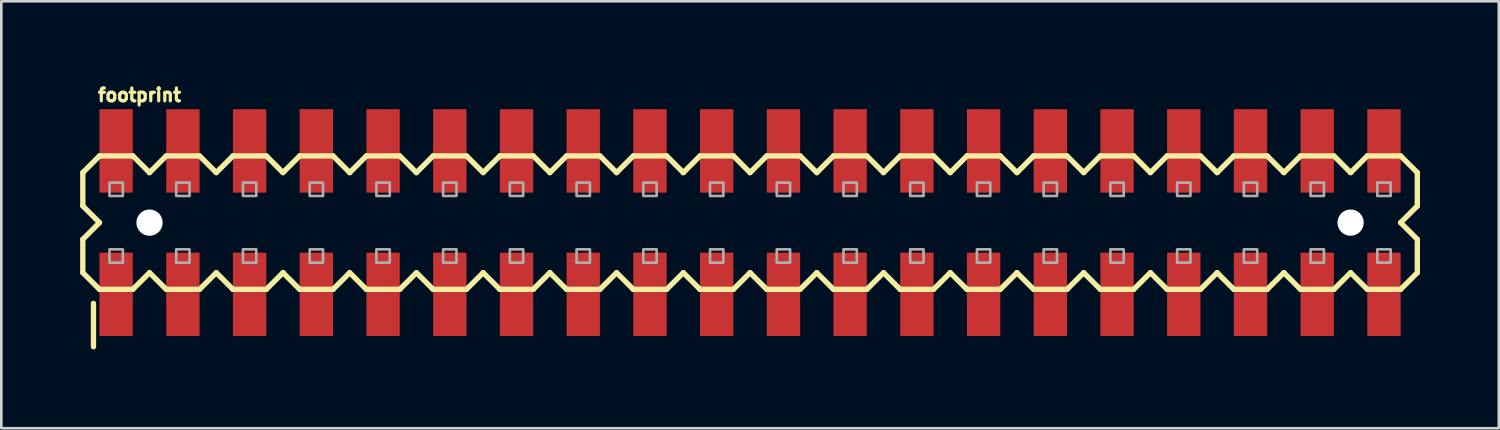
<source format=kicad_pcb>
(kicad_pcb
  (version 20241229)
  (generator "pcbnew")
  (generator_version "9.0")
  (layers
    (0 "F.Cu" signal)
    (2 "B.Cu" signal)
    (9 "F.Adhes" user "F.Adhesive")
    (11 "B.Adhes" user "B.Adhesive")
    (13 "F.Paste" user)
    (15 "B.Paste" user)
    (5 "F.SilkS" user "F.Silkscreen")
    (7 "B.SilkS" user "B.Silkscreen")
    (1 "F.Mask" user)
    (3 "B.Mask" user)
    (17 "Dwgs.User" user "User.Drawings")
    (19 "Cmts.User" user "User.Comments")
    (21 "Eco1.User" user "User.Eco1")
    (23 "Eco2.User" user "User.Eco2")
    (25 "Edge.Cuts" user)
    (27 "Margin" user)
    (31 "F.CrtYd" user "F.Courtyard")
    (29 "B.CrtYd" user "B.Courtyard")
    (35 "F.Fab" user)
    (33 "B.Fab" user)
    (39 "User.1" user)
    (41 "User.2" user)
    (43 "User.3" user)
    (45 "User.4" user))
  (footprint "footprint"
    (layer "F.Cu")
    (at 1.372 6.695)
    (property "Reference" "footprint" (at -0.762 -5.842 0) (layer "F.SilkS") (effects (font (size 0.488 0.488) (thickness 0.122)) (justify left bottom)))
    (fp_line (start -1.27 -3.175) (end -1.27 -1.905) (stroke (width 0.203) (type solid)) (layer "F.SilkS"))
    (fp_line (start -1.27 -3.175) (end -0.635 -3.81) (stroke (width 0.203) (type solid)) (layer "F.SilkS"))
    (fp_line (start -1.27 -1.905) (end -0.635 -1.27) (stroke (width 0.203) (type solid)) (layer "F.SilkS"))
    (fp_line (start -1.27 -0.635) (end -1.27 0.635) (stroke (width 0.203) (type solid)) (layer "F.SilkS"))
    (fp_line (start -1.27 0.635) (end -0.635 1.27) (stroke (width 0.203) (type solid)) (layer "F.SilkS"))
    (fp_line (start -0.864 3.454) (end -0.864 1.803) (stroke (width 0.203) (type solid)) (layer "F.SilkS"))
    (fp_line (start -0.635 -3.81) (end 0.635 -3.81) (stroke (width 0.203) (type solid)) (layer "F.SilkS"))
    (fp_line (start -0.635 -1.27) (end -1.27 -0.635) (stroke (width 0.203) (type solid)) (layer "F.SilkS"))
    (fp_line (start 0.635 -3.81) (end 1.27 -3.175) (stroke (width 0.203) (type solid)) (layer "F.SilkS"))
    (fp_line (start 0.635 1.27) (end -0.635 1.27) (stroke (width 0.203) (type solid)) (layer "F.SilkS"))
    (fp_line (start 1.27 -3.175) (end 1.905 -3.81) (stroke (width 0.203) (type solid)) (layer "F.SilkS"))
    (fp_line (start 1.27 0.635) (end 0.635 1.27) (stroke (width 0.203) (type solid)) (layer "F.SilkS"))
    (fp_line (start 1.905 -3.81) (end 3.175 -3.81) (stroke (width 0.203) (type solid)) (layer "F.SilkS"))
    (fp_line (start 1.905 1.27) (end 1.27 0.635) (stroke (width 0.203) (type solid)) (layer "F.SilkS"))
    (fp_line (start 3.175 -3.81) (end 3.81 -3.175) (stroke (width 0.203) (type solid)) (layer "F.SilkS"))
    (fp_line (start 3.175 1.27) (end 1.905 1.27) (stroke (width 0.203) (type solid)) (layer "F.SilkS"))
    (fp_line (start 3.81 -3.175) (end 4.445 -3.81) (stroke (width 0.203) (type solid)) (layer "F.SilkS"))
    (fp_line (start 3.81 0.635) (end 3.175 1.27) (stroke (width 0.203) (type solid)) (layer "F.SilkS"))
    (fp_line (start 4.445 -3.81) (end 5.715 -3.81) (stroke (width 0.203) (type solid)) (layer "F.SilkS"))
    (fp_line (start 4.445 1.27) (end 3.81 0.635) (stroke (width 0.203) (type solid)) (layer "F.SilkS"))
    (fp_line (start 5.715 -3.81) (end 6.35 -3.175) (stroke (width 0.203) (type solid)) (layer "F.SilkS"))
    (fp_line (start 5.715 1.27) (end 4.445 1.27) (stroke (width 0.203) (type solid)) (layer "F.SilkS"))
    (fp_line (start 6.35 0.635) (end 5.715 1.27) (stroke (width 0.203) (type solid)) (layer "F.SilkS"))
    (fp_line (start 6.35 0.635) (end 6.985 1.27) (stroke (width 0.203) (type solid)) (layer "F.SilkS"))
    (fp_line (start 6.985 -3.81) (end 6.35 -3.175) (stroke (width 0.203) (type solid)) (layer "F.SilkS"))
    (fp_line (start 6.985 -3.81) (end 8.255 -3.81) (stroke (width 0.203) (type solid)) (layer "F.SilkS"))
    (fp_line (start 8.255 -3.81) (end 8.89 -3.175) (stroke (width 0.203) (type solid)) (layer "F.SilkS"))
    (fp_line (start 8.255 1.27) (end 6.985 1.27) (stroke (width 0.203) (type solid)) (layer "F.SilkS"))
    (fp_line (start 8.89 -3.175) (end 9.525 -3.81) (stroke (width 0.203) (type solid)) (layer "F.SilkS"))
    (fp_line (start 8.89 0.635) (end 8.255 1.27) (stroke (width 0.203) (type solid)) (layer "F.SilkS"))
    (fp_line (start 9.525 -3.81) (end 10.795 -3.81) (stroke (width 0.203) (type solid)) (layer "F.SilkS"))
    (fp_line (start 9.525 1.27) (end 8.89 0.635) (stroke (width 0.203) (type solid)) (layer "F.SilkS"))
    (fp_line (start 10.795 -3.81) (end 11.43 -3.175) (stroke (width 0.203) (type solid)) (layer "F.SilkS"))
    (fp_line (start 10.795 1.27) (end 9.525 1.27) (stroke (width 0.203) (type solid)) (layer "F.SilkS"))
    (fp_line (start 11.43 -3.175) (end 12.065 -3.81) (stroke (width 0.203) (type solid)) (layer "F.SilkS"))
    (fp_line (start 11.43 0.635) (end 10.795 1.27) (stroke (width 0.203) (type solid)) (layer "F.SilkS"))
    (fp_line (start 12.065 -3.81) (end 13.335 -3.81) (stroke (width 0.203) (type solid)) (layer "F.SilkS"))
    (fp_line (start 12.065 1.27) (end 11.43 0.635) (stroke (width 0.203) (type solid)) (layer "F.SilkS"))
    (fp_line (start 13.335 -3.81) (end 13.97 -3.175) (stroke (width 0.203) (type solid)) (layer "F.SilkS"))
    (fp_line (start 13.335 1.27) (end 12.065 1.27) (stroke (width 0.203) (type solid)) (layer "F.SilkS"))
    (fp_line (start 13.97 0.635) (end 13.335 1.27) (stroke (width 0.203) (type solid)) (layer "F.SilkS"))
    (fp_line (start 13.97 0.635) (end 14.605 1.27) (stroke (width 0.203) (type solid)) (layer "F.SilkS"))
    (fp_line (start 14.605 -3.81) (end 13.97 -3.175) (stroke (width 0.203) (type solid)) (layer "F.SilkS"))
    (fp_line (start 14.605 -3.81) (end 15.875 -3.81) (stroke (width 0.203) (type solid)) (layer "F.SilkS"))
    (fp_line (start 15.875 -3.81) (end 16.51 -3.175) (stroke (width 0.203) (type solid)) (layer "F.SilkS"))
    (fp_line (start 15.875 1.27) (end 14.605 1.27) (stroke (width 0.203) (type solid)) (layer "F.SilkS"))
    (fp_line (start 16.51 0.635) (end 15.875 1.27) (stroke (width 0.203) (type solid)) (layer "F.SilkS"))
    (fp_line (start 16.51 0.635) (end 17.145 1.27) (stroke (width 0.203) (type solid)) (layer "F.SilkS"))
    (fp_line (start 17.145 -3.81) (end 16.51 -3.175) (stroke (width 0.203) (type solid)) (layer "F.SilkS"))
    (fp_line (start 17.145 -3.81) (end 18.415 -3.81) (stroke (width 0.203) (type solid)) (layer "F.SilkS"))
    (fp_line (start 18.415 -3.81) (end 19.05 -3.175) (stroke (width 0.203) (type solid)) (layer "F.SilkS"))
    (fp_line (start 18.415 1.27) (end 17.145 1.27) (stroke (width 0.203) (type solid)) (layer "F.SilkS"))
    (fp_line (start 19.05 -3.175) (end 19.685 -3.81) (stroke (width 0.203) (type solid)) (layer "F.SilkS"))
    (fp_line (start 19.05 0.635) (end 18.415 1.27) (stroke (width 0.203) (type solid)) (layer "F.SilkS"))
    (fp_line (start 19.685 -3.81) (end 20.955 -3.81) (stroke (width 0.203) (type solid)) (layer "F.SilkS"))
    (fp_line (start 19.685 1.27) (end 19.05 0.635) (stroke (width 0.203) (type solid)) (layer "F.SilkS"))
    (fp_line (start 20.955 -3.81) (end 21.59 -3.175) (stroke (width 0.203) (type solid)) (layer "F.SilkS"))
    (fp_line (start 20.955 1.27) (end 19.685 1.27) (stroke (width 0.203) (type solid)) (layer "F.SilkS"))
    (fp_line (start 21.59 -3.175) (end 22.225 -3.81) (stroke (width 0.203) (type solid)) (layer "F.SilkS"))
    (fp_line (start 21.59 0.635) (end 20.955 1.27) (stroke (width 0.203) (type solid)) (layer "F.SilkS"))
    (fp_line (start 22.225 -3.81) (end 23.495 -3.81) (stroke (width 0.203) (type solid)) (layer "F.SilkS"))
    (fp_line (start 22.225 1.27) (end 21.59 0.635) (stroke (width 0.203) (type solid)) (layer "F.SilkS"))
    (fp_line (start 23.495 -3.81) (end 24.13 -3.175) (stroke (width 0.203) (type solid)) (layer "F.SilkS"))
    (fp_line (start 23.495 1.27) (end 22.225 1.27) (stroke (width 0.203) (type solid)) (layer "F.SilkS"))
    (fp_line (start 24.13 0.635) (end 23.495 1.27) (stroke (width 0.203) (type solid)) (layer "F.SilkS"))
    (fp_line (start 24.13 0.635) (end 24.765 1.27) (stroke (width 0.203) (type solid)) (layer "F.SilkS"))
    (fp_line (start 24.765 -3.81) (end 24.13 -3.175) (stroke (width 0.203) (type solid)) (layer "F.SilkS"))
    (fp_line (start 24.765 -3.81) (end 26.035 -3.81) (stroke (width 0.203) (type solid)) (layer "F.SilkS"))
    (fp_line (start 26.035 -3.81) (end 26.67 -3.175) (stroke (width 0.203) (type solid)) (layer "F.SilkS"))
    (fp_line (start 26.035 1.27) (end 24.765 1.27) (stroke (width 0.203) (type solid)) (layer "F.SilkS"))
    (fp_line (start 26.67 -3.175) (end 27.305 -3.81) (stroke (width 0.203) (type solid)) (layer "F.SilkS"))
    (fp_line (start 26.67 0.635) (end 26.035 1.27) (stroke (width 0.203) (type solid)) (layer "F.SilkS"))
    (fp_line (start 27.305 -3.81) (end 28.575 -3.81) (stroke (width 0.203) (type solid)) (layer "F.SilkS"))
    (fp_line (start 27.305 1.27) (end 26.67 0.635) (stroke (width 0.203) (type solid)) (layer "F.SilkS"))
    (fp_line (start 28.575 -3.81) (end 29.21 -3.175) (stroke (width 0.203) (type solid)) (layer "F.SilkS"))
    (fp_line (start 28.575 1.27) (end 27.305 1.27) (stroke (width 0.203) (type solid)) (layer "F.SilkS"))
    (fp_line (start 29.21 -3.175) (end 29.845 -3.81) (stroke (width 0.203) (type solid)) (layer "F.SilkS"))
    (fp_line (start 29.21 0.635) (end 28.575 1.27) (stroke (width 0.203) (type solid)) (layer "F.SilkS"))
    (fp_line (start 29.845 -3.81) (end 31.115 -3.81) (stroke (width 0.203) (type solid)) (layer "F.SilkS"))
    (fp_line (start 29.845 1.27) (end 29.21 0.635) (stroke (width 0.203) (type solid)) (layer "F.SilkS"))
    (fp_line (start 31.115 -3.81) (end 31.75 -3.175) (stroke (width 0.203) (type solid)) (layer "F.SilkS"))
    (fp_line (start 31.115 1.27) (end 29.845 1.27) (stroke (width 0.203) (type solid)) (layer "F.SilkS"))
    (fp_line (start 31.75 0.635) (end 31.115 1.27) (stroke (width 0.203) (type solid)) (layer "F.SilkS"))
    (fp_line (start 32.385 -3.81) (end 31.75 -3.175) (stroke (width 0.203) (type solid)) (layer "F.SilkS"))
    (fp_line (start 32.385 -3.81) (end 33.655 -3.81) (stroke (width 0.203) (type solid)) (layer "F.SilkS"))
    (fp_line (start 32.385 1.27) (end 31.75 0.635) (stroke (width 0.203) (type solid)) (layer "F.SilkS"))
    (fp_line (start 33.655 -3.81) (end 34.29 -3.175) (stroke (width 0.203) (type solid)) (layer "F.SilkS"))
    (fp_line (start 33.655 1.27) (end 32.385 1.27) (stroke (width 0.203) (type solid)) (layer "F.SilkS"))
    (fp_line (start 34.29 0.635) (end 33.655 1.27) (stroke (width 0.203) (type solid)) (layer "F.SilkS"))
    (fp_line (start 34.925 -3.81) (end 34.29 -3.175) (stroke (width 0.203) (type solid)) (layer "F.SilkS"))
    (fp_line (start 34.925 -3.81) (end 36.195 -3.81) (stroke (width 0.203) (type solid)) (layer "F.SilkS"))
    (fp_line (start 34.925 1.27) (end 34.29 0.635) (stroke (width 0.203) (type solid)) (layer "F.SilkS"))
    (fp_line (start 36.195 -3.81) (end 36.83 -3.175) (stroke (width 0.203) (type solid)) (layer "F.SilkS"))
    (fp_line (start 36.195 1.27) (end 34.925 1.27) (stroke (width 0.203) (type solid)) (layer "F.SilkS"))
    (fp_line (start 36.83 -3.175) (end 37.465 -3.81) (stroke (width 0.203) (type solid)) (layer "F.SilkS"))
    (fp_line (start 36.83 0.635) (end 36.195 1.27) (stroke (width 0.203) (type solid)) (layer "F.SilkS"))
    (fp_line (start 37.465 -3.81) (end 38.735 -3.81) (stroke (width 0.203) (type solid)) (layer "F.SilkS"))
    (fp_line (start 37.465 1.27) (end 36.83 0.635) (stroke (width 0.203) (type solid)) (layer "F.SilkS"))
    (fp_line (start 38.735 -3.81) (end 39.37 -3.175) (stroke (width 0.203) (type solid)) (layer "F.SilkS"))
    (fp_line (start 38.735 1.27) (end 37.465 1.27) (stroke (width 0.203) (type solid)) (layer "F.SilkS"))
    (fp_line (start 38.735 1.27) (end 39.37 0.635) (stroke (width 0.203) (type solid)) (layer "F.SilkS"))
    (fp_line (start 39.37 -3.175) (end 40.005 -3.81) (stroke (width 0.203) (type solid)) (layer "F.SilkS"))
    (fp_line (start 40.005 -3.81) (end 41.275 -3.81) (stroke (width 0.203) (type solid)) (layer "F.SilkS"))
    (fp_line (start 40.005 1.27) (end 39.37 0.635) (stroke (width 0.203) (type solid)) (layer "F.SilkS"))
    (fp_line (start 41.275 -3.81) (end 41.91 -3.175) (stroke (width 0.203) (type solid)) (layer "F.SilkS"))
    (fp_line (start 41.275 1.27) (end 40.005 1.27) (stroke (width 0.203) (type solid)) (layer "F.SilkS"))
    (fp_line (start 41.91 0.635) (end 41.275 1.27) (stroke (width 0.203) (type solid)) (layer "F.SilkS"))
    (fp_line (start 42.545 -3.81) (end 41.91 -3.175) (stroke (width 0.203) (type solid)) (layer "F.SilkS"))
    (fp_line (start 42.545 -3.81) (end 43.815 -3.81) (stroke (width 0.203) (type solid)) (layer "F.SilkS"))
    (fp_line (start 42.545 1.27) (end 41.91 0.635) (stroke (width 0.203) (type solid)) (layer "F.SilkS"))
    (fp_line (start 43.815 -3.81) (end 44.45 -3.175) (stroke (width 0.203) (type solid)) (layer "F.SilkS"))
    (fp_line (start 43.815 1.27) (end 42.545 1.27) (stroke (width 0.203) (type solid)) (layer "F.SilkS"))
    (fp_line (start 44.45 -3.175) (end 45.085 -3.81) (stroke (width 0.203) (type solid)) (layer "F.SilkS"))
    (fp_line (start 44.45 0.635) (end 43.815 1.27) (stroke (width 0.203) (type solid)) (layer "F.SilkS"))
    (fp_line (start 45.085 -3.81) (end 46.355 -3.81) (stroke (width 0.203) (type solid)) (layer "F.SilkS"))
    (fp_line (start 45.085 1.27) (end 44.45 0.635) (stroke (width 0.203) (type solid)) (layer "F.SilkS"))
    (fp_line (start 46.355 -3.81) (end 46.99 -3.175) (stroke (width 0.203) (type solid)) (layer "F.SilkS"))
    (fp_line (start 46.355 1.27) (end 45.085 1.27) (stroke (width 0.203) (type solid)) (layer "F.SilkS"))
    (fp_line (start 46.355 1.27) (end 46.99 0.635) (stroke (width 0.203) (type solid)) (layer "F.SilkS"))
    (fp_line (start 46.99 -3.175) (end 47.625 -3.81) (stroke (width 0.203) (type solid)) (layer "F.SilkS"))
    (fp_line (start 47.625 -3.81) (end 48.895 -3.81) (stroke (width 0.203) (type solid)) (layer "F.SilkS"))
    (fp_line (start 47.625 1.27) (end 46.99 0.635) (stroke (width 0.203) (type solid)) (layer "F.SilkS"))
    (fp_line (start 48.895 -3.81) (end 49.53 -3.175) (stroke (width 0.203) (type solid)) (layer "F.SilkS"))
    (fp_line (start 48.895 -1.27) (end 49.53 -0.635) (stroke (width 0.203) (type solid)) (layer "F.SilkS"))
    (fp_line (start 48.895 1.27) (end 47.625 1.27) (stroke (width 0.203) (type solid)) (layer "F.SilkS"))
    (fp_line (start 48.895 1.27) (end 49.53 0.635) (stroke (width 0.203) (type solid)) (layer "F.SilkS"))
    (fp_line (start 49.53 -1.905) (end 48.895 -1.27) (stroke (width 0.203) (type solid)) (layer "F.SilkS"))
    (fp_line (start 49.53 -1.905) (end 49.53 -3.175) (stroke (width 0.203) (type solid)) (layer "F.SilkS"))
    (fp_line (start 49.53 0.635) (end 49.53 -0.635) (stroke (width 0.203) (type solid)) (layer "F.SilkS"))
    (fp_poly (pts (xy -0.254 0.254) (xy 0.254 0.254) (xy 0.254 -0.254) (xy -0.254 -0.254)) (stroke (width 0.1) (type solid)) (fill no) (layer "F.Fab"))
    (fp_poly (pts (xy 0.254 -2.794) (xy -0.254 -2.794) (xy -0.254 -2.286) (xy 0.254 -2.286)) (stroke (width 0.1) (type solid)) (fill no) (layer "F.Fab"))
    (fp_poly (pts (xy 2.286 0.254) (xy 2.794 0.254) (xy 2.794 -0.254) (xy 2.286 -0.254)) (stroke (width 0.1) (type solid)) (fill no) (layer "F.Fab"))
    (fp_poly (pts (xy 2.794 -2.794) (xy 2.286 -2.794) (xy 2.286 -2.286) (xy 2.794 -2.286)) (stroke (width 0.1) (type solid)) (fill no) (layer "F.Fab"))
    (fp_poly (pts (xy 4.826 0.254) (xy 5.334 0.254) (xy 5.334 -0.254) (xy 4.826 -0.254)) (stroke (width 0.1) (type solid)) (fill no) (layer "F.Fab"))
    (fp_poly (pts (xy 5.334 -2.794) (xy 4.826 -2.794) (xy 4.826 -2.286) (xy 5.334 -2.286)) (stroke (width 0.1) (type solid)) (fill no) (layer "F.Fab"))
    (fp_poly (pts (xy 7.366 0.254) (xy 7.874 0.254) (xy 7.874 -0.254) (xy 7.366 -0.254)) (stroke (width 0.1) (type solid)) (fill no) (layer "F.Fab"))
    (fp_poly (pts (xy 7.874 -2.794) (xy 7.366 -2.794) (xy 7.366 -2.286) (xy 7.874 -2.286)) (stroke (width 0.1) (type solid)) (fill no) (layer "F.Fab"))
    (fp_poly (pts (xy 9.906 0.254) (xy 10.414 0.254) (xy 10.414 -0.254) (xy 9.906 -0.254)) (stroke (width 0.1) (type solid)) (fill no) (layer "F.Fab"))
    (fp_poly (pts (xy 10.414 -2.794) (xy 9.906 -2.794) (xy 9.906 -2.286) (xy 10.414 -2.286)) (stroke (width 0.1) (type solid)) (fill no) (layer "F.Fab"))
    (fp_poly (pts (xy 12.446 0.254) (xy 12.954 0.254) (xy 12.954 -0.254) (xy 12.446 -0.254)) (stroke (width 0.1) (type solid)) (fill no) (layer "F.Fab"))
    (fp_poly (pts (xy 12.954 -2.794) (xy 12.446 -2.794) (xy 12.446 -2.286) (xy 12.954 -2.286)) (stroke (width 0.1) (type solid)) (fill no) (layer "F.Fab"))
    (fp_poly (pts (xy 14.986 0.254) (xy 15.494 0.254) (xy 15.494 -0.254) (xy 14.986 -0.254)) (stroke (width 0.1) (type solid)) (fill no) (layer "F.Fab"))
    (fp_poly (pts (xy 15.494 -2.794) (xy 14.986 -2.794) (xy 14.986 -2.286) (xy 15.494 -2.286)) (stroke (width 0.1) (type solid)) (fill no) (layer "F.Fab"))
    (fp_poly (pts (xy 17.526 0.254) (xy 18.034 0.254) (xy 18.034 -0.254) (xy 17.526 -0.254)) (stroke (width 0.1) (type solid)) (fill no) (layer "F.Fab"))
    (fp_poly (pts (xy 18.034 -2.794) (xy 17.526 -2.794) (xy 17.526 -2.286) (xy 18.034 -2.286)) (stroke (width 0.1) (type solid)) (fill no) (layer "F.Fab"))
    (fp_poly (pts (xy 20.066 0.254) (xy 20.574 0.254) (xy 20.574 -0.254) (xy 20.066 -0.254)) (stroke (width 0.1) (type solid)) (fill no) (layer "F.Fab"))
    (fp_poly (pts (xy 20.574 -2.794) (xy 20.066 -2.794) (xy 20.066 -2.286) (xy 20.574 -2.286)) (stroke (width 0.1) (type solid)) (fill no) (layer "F.Fab"))
    (fp_poly (pts (xy 22.606 0.254) (xy 23.114 0.254) (xy 23.114 -0.254) (xy 22.606 -0.254)) (stroke (width 0.1) (type solid)) (fill no) (layer "F.Fab"))
    (fp_poly (pts (xy 23.114 -2.794) (xy 22.606 -2.794) (xy 22.606 -2.286) (xy 23.114 -2.286)) (stroke (width 0.1) (type solid)) (fill no) (layer "F.Fab"))
    (fp_poly (pts (xy 25.146 0.254) (xy 25.654 0.254) (xy 25.654 -0.254) (xy 25.146 -0.254)) (stroke (width 0.1) (type solid)) (fill no) (layer "F.Fab"))
    (fp_poly (pts (xy 25.654 -2.794) (xy 25.146 -2.794) (xy 25.146 -2.286) (xy 25.654 -2.286)) (stroke (width 0.1) (type solid)) (fill no) (layer "F.Fab"))
    (fp_poly (pts (xy 27.686 0.254) (xy 28.194 0.254) (xy 28.194 -0.254) (xy 27.686 -0.254)) (stroke (width 0.1) (type solid)) (fill no) (layer "F.Fab"))
    (fp_poly (pts (xy 28.194 -2.794) (xy 27.686 -2.794) (xy 27.686 -2.286) (xy 28.194 -2.286)) (stroke (width 0.1) (type solid)) (fill no) (layer "F.Fab"))
    (fp_poly (pts (xy 30.226 0.254) (xy 30.734 0.254) (xy 30.734 -0.254) (xy 30.226 -0.254)) (stroke (width 0.1) (type solid)) (fill no) (layer "F.Fab"))
    (fp_poly (pts (xy 30.734 -2.794) (xy 30.226 -2.794) (xy 30.226 -2.286) (xy 30.734 -2.286)) (stroke (width 0.1) (type solid)) (fill no) (layer "F.Fab"))
    (fp_poly (pts (xy 33.274 -2.794) (xy 32.766 -2.794) (xy 32.766 -2.286) (xy 33.274 -2.286)) (stroke (width 0.1) (type solid)) (fill no) (layer "F.Fab"))
    (fp_poly (pts (xy 33.274 -0.254) (xy 32.766 -0.254) (xy 32.766 0.254) (xy 33.274 0.254)) (stroke (width 0.1) (type solid)) (fill no) (layer "F.Fab"))
    (fp_poly (pts (xy 35.814 -2.794) (xy 35.306 -2.794) (xy 35.306 -2.286) (xy 35.814 -2.286)) (stroke (width 0.1) (type solid)) (fill no) (layer "F.Fab"))
    (fp_poly (pts (xy 35.814 -0.254) (xy 35.306 -0.254) (xy 35.306 0.254) (xy 35.814 0.254)) (stroke (width 0.1) (type solid)) (fill no) (layer "F.Fab"))
    (fp_poly (pts (xy 38.354 -2.794) (xy 37.846 -2.794) (xy 37.846 -2.286) (xy 38.354 -2.286)) (stroke (width 0.1) (type solid)) (fill no) (layer "F.Fab"))
    (fp_poly (pts (xy 38.354 -0.254) (xy 37.846 -0.254) (xy 37.846 0.254) (xy 38.354 0.254)) (stroke (width 0.1) (type solid)) (fill no) (layer "F.Fab"))
    (fp_poly (pts (xy 40.894 -2.794) (xy 40.386 -2.794) (xy 40.386 -2.286) (xy 40.894 -2.286)) (stroke (width 0.1) (type solid)) (fill no) (layer "F.Fab"))
    (fp_poly (pts (xy 40.894 -0.254) (xy 40.386 -0.254) (xy 40.386 0.254) (xy 40.894 0.254)) (stroke (width 0.1) (type solid)) (fill no) (layer "F.Fab"))
    (fp_poly (pts (xy 43.434 -2.794) (xy 42.926 -2.794) (xy 42.926 -2.286) (xy 43.434 -2.286)) (stroke (width 0.1) (type solid)) (fill no) (layer "F.Fab"))
    (fp_poly (pts (xy 43.434 -0.254) (xy 42.926 -0.254) (xy 42.926 0.254) (xy 43.434 0.254)) (stroke (width 0.1) (type solid)) (fill no) (layer "F.Fab"))
    (fp_poly (pts (xy 45.974 -2.794) (xy 45.466 -2.794) (xy 45.466 -2.286) (xy 45.974 -2.286)) (stroke (width 0.1) (type solid)) (fill no) (layer "F.Fab"))
    (fp_poly (pts (xy 45.974 -0.254) (xy 45.466 -0.254) (xy 45.466 0.254) (xy 45.974 0.254)) (stroke (width 0.1) (type solid)) (fill no) (layer "F.Fab"))
    (fp_poly (pts (xy 48.514 -2.794) (xy 48.006 -2.794) (xy 48.006 -2.286) (xy 48.514 -2.286)) (stroke (width 0.1) (type solid)) (fill no) (layer "F.Fab"))
    (fp_poly (pts (xy 48.514 -0.254) (xy 48.006 -0.254) (xy 48.006 0.254) (xy 48.514 0.254)) (stroke (width 0.1) (type solid)) (fill no) (layer "F.Fab"))
    (pad "" np_thru_hole circle (at 1.27 -1.27) (size 1 1) (drill 1) (layers "*.Cu" "*.Mask"))
    (pad "" np_thru_hole circle (at 46.99 -1.27) (size 1 1) (drill 1) (layers "*.Cu" "*.Mask"))
    (pad "1" smd rect (at 0 1.46 90) (size 3.175 1.27) (layers "F.Cu" "F.Mask" "F.Paste"))
    (pad "2" smd rect (at 0 -4 90) (size 3.175 1.27) (layers "F.Cu" "F.Mask" "F.Paste"))
    (pad "3" smd rect (at 2.54 1.46 90) (size 3.175 1.27) (layers "F.Cu" "F.Mask" "F.Paste"))
    (pad "4" smd rect (at 2.54 -4 90) (size 3.175 1.27) (layers "F.Cu" "F.Mask" "F.Paste"))
    (pad "5" smd rect (at 5.08 1.46 90) (size 3.175 1.27) (layers "F.Cu" "F.Mask" "F.Paste"))
    (pad "6" smd rect (at 5.08 -4 90) (size 3.175 1.27) (layers "F.Cu" "F.Mask" "F.Paste"))
    (pad "7" smd rect (at 7.62 1.46 90) (size 3.175 1.27) (layers "F.Cu" "F.Mask" "F.Paste"))
    (pad "8" smd rect (at 7.62 -4 90) (size 3.175 1.27) (layers "F.Cu" "F.Mask" "F.Paste"))
    (pad "9" smd rect (at 10.16 1.46 90) (size 3.175 1.27) (layers "F.Cu" "F.Mask" "F.Paste"))
    (pad "10" smd rect (at 10.16 -4 90) (size 3.175 1.27) (layers "F.Cu" "F.Mask" "F.Paste"))
    (pad "11" smd rect (at 12.7 1.46 90) (size 3.175 1.27) (layers "F.Cu" "F.Mask" "F.Paste"))
    (pad "12" smd rect (at 12.7 -4 90) (size 3.175 1.27) (layers "F.Cu" "F.Mask" "F.Paste"))
    (pad "13" smd rect (at 15.24 1.46 90) (size 3.175 1.27) (layers "F.Cu" "F.Mask" "F.Paste"))
    (pad "14" smd rect (at 15.24 -4 90) (size 3.175 1.27) (layers "F.Cu" "F.Mask" "F.Paste"))
    (pad "15" smd rect (at 17.78 1.46 90) (size 3.175 1.27) (layers "F.Cu" "F.Mask" "F.Paste"))
    (pad "16" smd rect (at 17.78 -4 90) (size 3.175 1.27) (layers "F.Cu" "F.Mask" "F.Paste"))
    (pad "17" smd rect (at 20.32 1.46 90) (size 3.175 1.27) (layers "F.Cu" "F.Mask" "F.Paste"))
    (pad "18" smd rect (at 20.32 -4 90) (size 3.175 1.27) (layers "F.Cu" "F.Mask" "F.Paste"))
    (pad "19" smd rect (at 22.86 1.46 90) (size 3.175 1.27) (layers "F.Cu" "F.Mask" "F.Paste"))
    (pad "20" smd rect (at 22.86 -4 90) (size 3.175 1.27) (layers "F.Cu" "F.Mask" "F.Paste"))
    (pad "21" smd rect (at 25.4 1.46 90) (size 3.175 1.27) (layers "F.Cu" "F.Mask" "F.Paste"))
    (pad "22" smd rect (at 25.4 -4 90) (size 3.175 1.27) (layers "F.Cu" "F.Mask" "F.Paste"))
    (pad "23" smd rect (at 27.94 1.46 90) (size 3.175 1.27) (layers "F.Cu" "F.Mask" "F.Paste"))
    (pad "24" smd rect (at 27.94 -4 90) (size 3.175 1.27) (layers "F.Cu" "F.Mask" "F.Paste"))
    (pad "25" smd rect (at 30.48 1.46 90) (size 3.175 1.27) (layers "F.Cu" "F.Mask" "F.Paste"))
    (pad "26" smd rect (at 30.48 -4 90) (size 3.175 1.27) (layers "F.Cu" "F.Mask" "F.Paste"))
    (pad "27" smd rect (at 33.02 1.46 90) (size 3.175 1.27) (layers "F.Cu" "F.Mask" "F.Paste"))
    (pad "28" smd rect (at 33.02 -4 90) (size 3.175 1.27) (layers "F.Cu" "F.Mask" "F.Paste"))
    (pad "29" smd rect (at 35.56 1.46 90) (size 3.175 1.27) (layers "F.Cu" "F.Mask" "F.Paste"))
    (pad "30" smd rect (at 35.56 -4 90) (size 3.175 1.27) (layers "F.Cu" "F.Mask" "F.Paste"))
    (pad "31" smd rect (at 38.1 1.46 90) (size 3.175 1.27) (layers "F.Cu" "F.Mask" "F.Paste"))
    (pad "32" smd rect (at 38.1 -4 90) (size 3.175 1.27) (layers "F.Cu" "F.Mask" "F.Paste"))
    (pad "33" smd rect (at 40.64 1.46 90) (size 3.175 1.27) (layers "F.Cu" "F.Mask" "F.Paste"))
    (pad "34" smd rect (at 40.64 -4 90) (size 3.175 1.27) (layers "F.Cu" "F.Mask" "F.Paste"))
    (pad "35" smd rect (at 43.18 1.46 90) (size 3.175 1.27) (layers "F.Cu" "F.Mask" "F.Paste"))
    (pad "36" smd rect (at 43.18 -4 90) (size 3.175 1.27) (layers "F.Cu" "F.Mask" "F.Paste"))
    (pad "37" smd rect (at 45.72 1.46 90) (size 3.175 1.27) (layers "F.Cu" "F.Mask" "F.Paste"))
    (pad "38" smd rect (at 45.72 -4 90) (size 3.175 1.27) (layers "F.Cu" "F.Mask" "F.Paste"))
    (pad "39" smd rect (at 48.26 1.46 90) (size 3.175 1.27) (layers "F.Cu" "F.Mask" "F.Paste"))
    (pad "40" smd rect (at 48.26 -4 90) (size 3.175 1.27) (layers "F.Cu" "F.Mask" "F.Paste")))
  (gr_rect
    (start -3 -3)
    (end 54.003 13.251)
    (stroke (width 0.1) (type default))
    (fill no)
    (layer "Edge.Cuts")))
</source>
